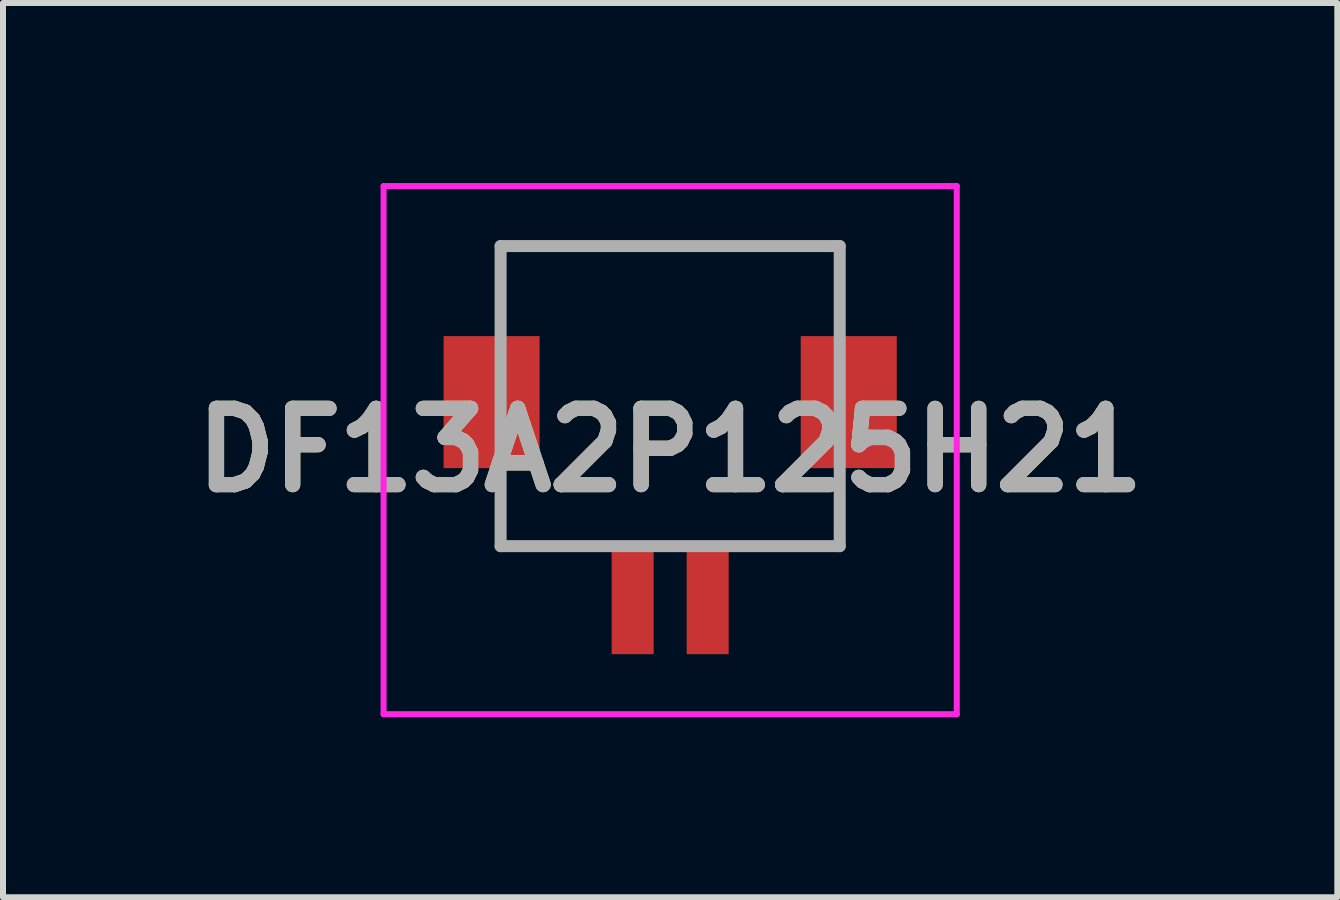
<source format=kicad_pcb>
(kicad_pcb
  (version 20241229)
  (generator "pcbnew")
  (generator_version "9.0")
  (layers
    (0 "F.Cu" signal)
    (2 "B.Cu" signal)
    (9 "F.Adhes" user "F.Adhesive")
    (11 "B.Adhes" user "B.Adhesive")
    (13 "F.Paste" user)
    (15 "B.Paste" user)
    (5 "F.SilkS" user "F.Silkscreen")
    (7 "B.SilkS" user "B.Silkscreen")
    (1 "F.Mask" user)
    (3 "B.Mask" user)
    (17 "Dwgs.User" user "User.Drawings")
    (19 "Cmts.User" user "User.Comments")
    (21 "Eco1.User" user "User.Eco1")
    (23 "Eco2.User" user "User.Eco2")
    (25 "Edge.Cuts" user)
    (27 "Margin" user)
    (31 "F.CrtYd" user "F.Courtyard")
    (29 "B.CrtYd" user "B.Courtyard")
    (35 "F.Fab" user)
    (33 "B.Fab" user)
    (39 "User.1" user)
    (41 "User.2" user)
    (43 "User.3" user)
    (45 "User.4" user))
  (footprint "DF13A2P125H21"
    (layer "F.Cu")
    (at 8.116 4)
    (property "Reference" "DF13A2P125H21" (at 0 0.45 0) (layer "F.SilkS") (effects (font (size 1.27 1.27) (thickness 0.254))))
    (attr smd)
    (fp_line (start -2.825 -2.95) (end 2.825 -2.95) (stroke (width 0.1) (type solid)) (layer "F.SilkS"))
    (fp_line (start -2.825 -2) (end -2.825 -2.95) (stroke (width 0.1) (type solid)) (layer "F.SilkS"))
    (fp_line (start -2.825 1) (end -2.825 2.05) (stroke (width 0.1) (type solid)) (layer "F.SilkS"))
    (fp_line (start -2.825 2.05) (end -1.4 2.05) (stroke (width 0.1) (type solid)) (layer "F.SilkS"))
    (fp_line (start -1.4 2.05) (end -1.4 2.05) (stroke (width 0.1) (type solid)) (layer "F.SilkS"))
    (fp_line (start 2.825 -2.95) (end 2.825 -2) (stroke (width 0.1) (type solid)) (layer "F.SilkS"))
    (fp_line (start 2.825 1.2) (end 2.825 2.05) (stroke (width 0.1) (type solid)) (layer "F.SilkS"))
    (fp_line (start 2.825 2.05) (end 1.2 2.05) (stroke (width 0.1) (type solid)) (layer "F.SilkS"))
    (fp_line (start -4.775 -3.95) (end 4.775 -3.95) (stroke (width 0.1) (type solid)) (layer "F.CrtYd"))
    (fp_line (start -4.775 4.85) (end -4.775 -3.95) (stroke (width 0.1) (type solid)) (layer "F.CrtYd"))
    (fp_line (start 4.775 -3.95) (end 4.775 4.85) (stroke (width 0.1) (type solid)) (layer "F.CrtYd"))
    (fp_line (start 4.775 4.85) (end -4.775 4.85) (stroke (width 0.1) (type solid)) (layer "F.CrtYd"))
    (fp_line (start -2.825 -2.95) (end 2.825 -2.95) (stroke (width 0.2) (type solid)) (layer "F.Fab"))
    (fp_line (start -2.825 2.05) (end -2.825 -2.95) (stroke (width 0.2) (type solid)) (layer "F.Fab"))
    (fp_line (start 2.825 -2.95) (end 2.825 2.05) (stroke (width 0.2) (type solid)) (layer "F.Fab"))
    (fp_line (start 2.825 2.05) (end -2.825 2.05) (stroke (width 0.2) (type solid)) (layer "F.Fab"))
    (fp_text user "${REFERENCE}" (at 0 0.45 0) (layer "F.Fab") (effects (font (size 1.27 1.27) (thickness 0.254))))
    (pad "1" smd rect (at -0.625 2.95) (size 0.7 1.8) (layers "F.Cu" "F.Mask" "F.Paste"))
    (pad "2" smd rect (at 0.625 2.95) (size 0.7 1.8) (layers "F.Cu" "F.Mask" "F.Paste"))
    (pad "MP1" smd rect (at -2.975 -0.35) (size 1.6 2.2) (layers "F.Cu" "F.Mask" "F.Paste"))
    (pad "MP2" smd rect (at 2.975 -0.35) (size 1.6 2.2) (layers "F.Cu" "F.Mask" "F.Paste")))
  (gr_rect
    (start -3 -3)
    (end 19.232 11.9)
    (stroke (width 0.1) (type default))
    (fill no)
    (layer "Edge.Cuts")))
</source>
